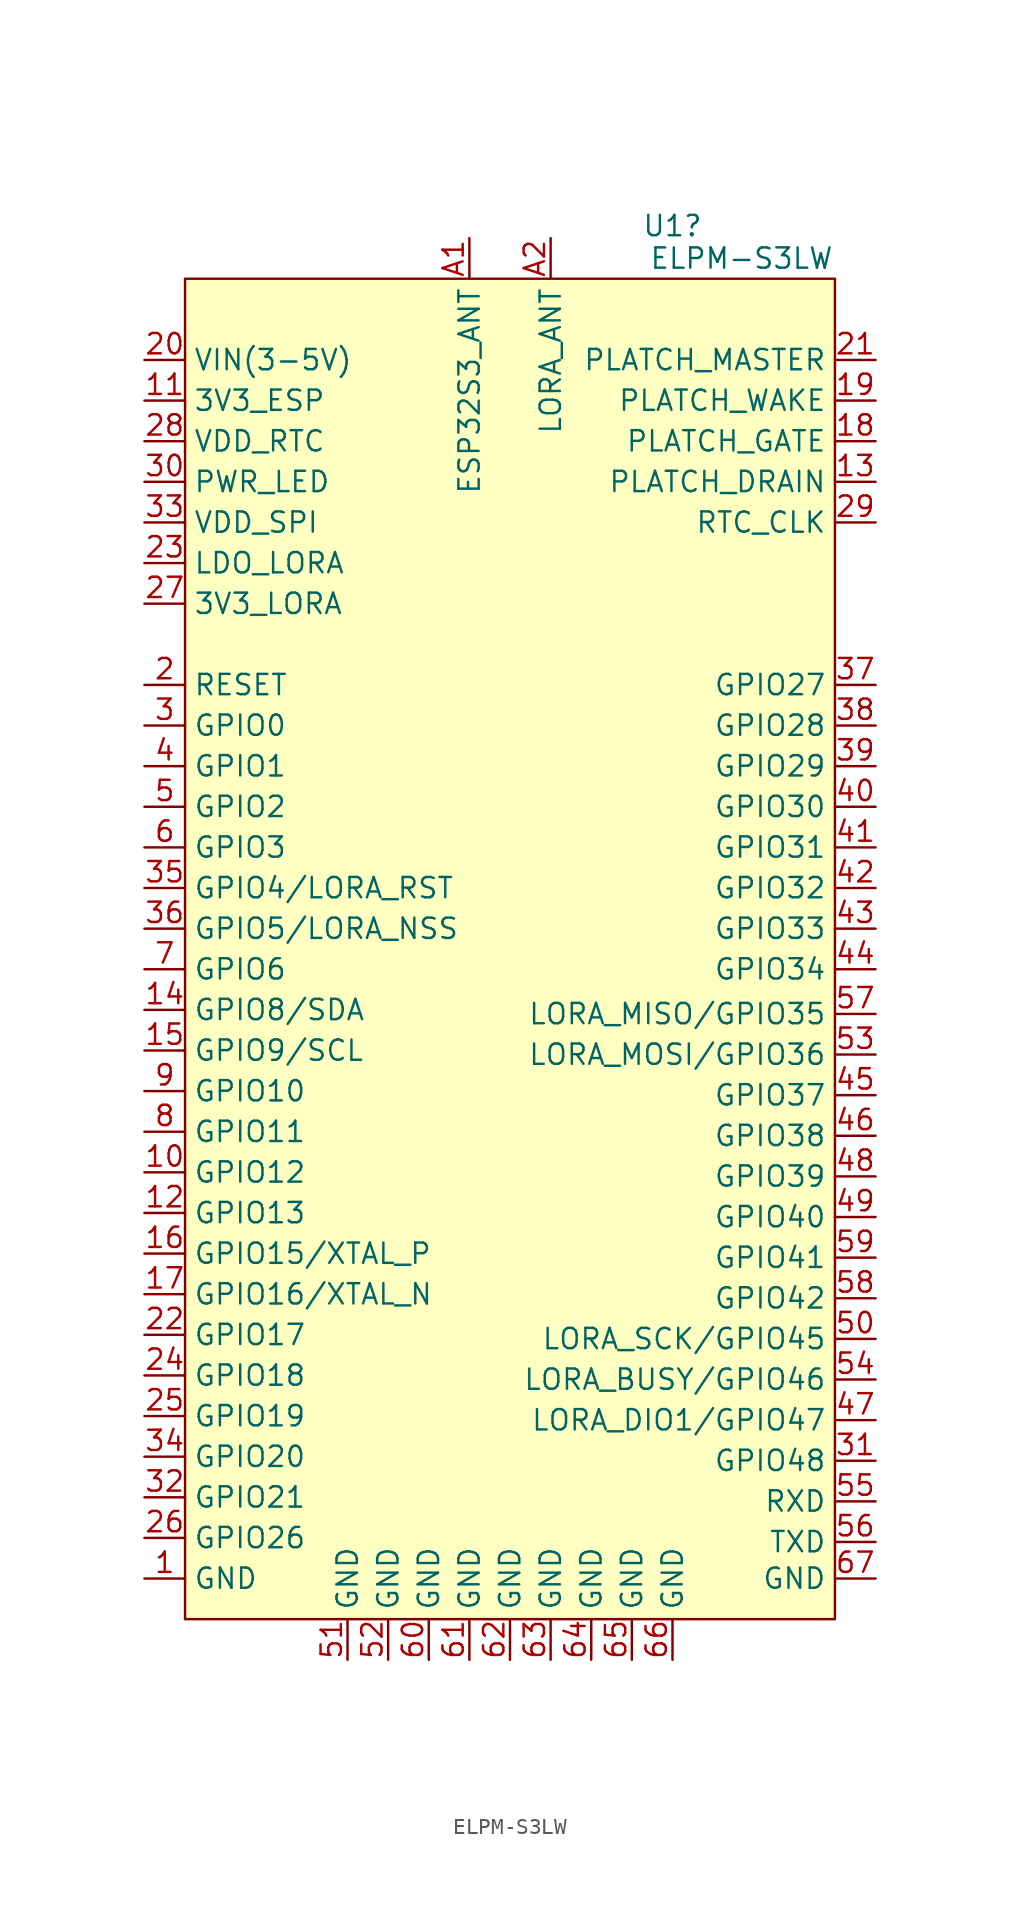
<source format=kicad_sym>
(kicad_symbol_lib
  (version 20231120)
  (generator "kicad_symbol_editor")
  (generator_version "8.0")
  (symbol "ELPM-S3LW"
    (property "Reference" "U1"
      (at 10.16 43.942 0)
      (effects (font (size 1.27 1.27))))
    (property "Value" "ELPM-S3LW"
      (at 14.478 41.91 0)
      (effects (font (size 1.27 1.27))))
    (symbol "ELPM-S3LW_1_1"
      (rectangle (start -20.32 40.64) (end 20.32 -43.18) (stroke (width 0) (type default)) (fill (type background)))
      (pin input line (at -22.86 -40.64 0) (length 2.54) (name "GND" (effects (font (size 1.27 1.27)))) (number "1" (effects (font (size 1.27 1.27)))))
      (pin input line (at -22.86 -15.24 0) (length 2.54) (name "GPIO12" (effects (font (size 1.27 1.27)))) (number "10" (effects (font (size 1.27 1.27)))))
      (pin input line (at -22.86 33.02 0) (length 2.54) (name "3V3_ESP" (effects (font (size 1.27 1.27)))) (number "11" (effects (font (size 1.27 1.27)))))
      (pin input line (at -22.86 -17.78 0) (length 2.54) (name "GPIO13" (effects (font (size 1.27 1.27)))) (number "12" (effects (font (size 1.27 1.27)))))
      (pin input line (at 22.86 27.94 180) (length 2.54) (name "PLATCH_DRAIN" (effects (font (size 1.27 1.27)))) (number "13" (effects (font (size 1.27 1.27)))))
      (pin input line (at -22.86 -5.08 0) (length 2.54) (name "GPIO8/SDA" (effects (font (size 1.27 1.27)))) (number "14" (effects (font (size 1.27 1.27)))))
      (pin input line (at -22.86 -7.62 0) (length 2.54) (name "GPIO9/SCL" (effects (font (size 1.27 1.27)))) (number "15" (effects (font (size 1.27 1.27)))))
      (pin input line (at -22.86 -20.32 0) (length 2.54) (name "GPIO15/XTAL_P" (effects (font (size 1.27 1.27)))) (number "16" (effects (font (size 1.27 1.27)))))
      (pin input line (at -22.86 -22.86 0) (length 2.54) (name "GPIO16/XTAL_N" (effects (font (size 1.27 1.27)))) (number "17" (effects (font (size 1.27 1.27)))))
      (pin input line (at 22.86 30.48 180) (length 2.54) (name "PLATCH_GATE" (effects (font (size 1.27 1.27)))) (number "18" (effects (font (size 1.27 1.27)))))
      (pin input line (at 22.86 33.02 180) (length 2.54) (name "PLATCH_WAKE" (effects (font (size 1.27 1.27)))) (number "19" (effects (font (size 1.27 1.27)))))
      (pin input line (at -22.86 15.24 0) (length 2.54) (name "RESET" (effects (font (size 1.27 1.27)))) (number "2" (effects (font (size 1.27 1.27)))))
      (pin input line (at -22.86 35.56 0) (length 2.54) (name "VIN(3-5V)" (effects (font (size 1.27 1.27)))) (number "20" (effects (font (size 1.27 1.27)))))
      (pin input line (at 22.86 35.56 180) (length 2.54) (name "PLATCH_MASTER" (effects (font (size 1.27 1.27)))) (number "21" (effects (font (size 1.27 1.27)))))
      (pin input line (at -22.86 -25.4 0) (length 2.54) (name "GPIO17" (effects (font (size 1.27 1.27)))) (number "22" (effects (font (size 1.27 1.27)))))
      (pin input line (at -22.86 22.86 0) (length 2.54) (name "LDO_LORA" (effects (font (size 1.27 1.27)))) (number "23" (effects (font (size 1.27 1.27)))))
      (pin input line (at -22.86 -27.94 0) (length 2.54) (name "GPIO18" (effects (font (size 1.27 1.27)))) (number "24" (effects (font (size 1.27 1.27)))))
      (pin input line (at -22.86 -30.48 0) (length 2.54) (name "GPIO19" (effects (font (size 1.27 1.27)))) (number "25" (effects (font (size 1.27 1.27)))))
      (pin input line (at -22.86 -38.1 0) (length 2.54) (name "GPIO26" (effects (font (size 1.27 1.27)))) (number "26" (effects (font (size 1.27 1.27)))))
      (pin input line (at -22.86 20.32 0) (length 2.54) (name "3V3_LORA" (effects (font (size 1.27 1.27)))) (number "27" (effects (font (size 1.27 1.27)))))
      (pin input line (at -22.86 30.48 0) (length 2.54) (name "VDD_RTC" (effects (font (size 1.27 1.27)))) (number "28" (effects (font (size 1.27 1.27)))))
      (pin input line (at 22.86 25.4 180) (length 2.54) (name "RTC_CLK" (effects (font (size 1.27 1.27)))) (number "29" (effects (font (size 1.27 1.27)))))
      (pin input line (at -22.86 12.7 0) (length 2.54) (name "GPIO0" (effects (font (size 1.27 1.27)))) (number "3" (effects (font (size 1.27 1.27)))))
      (pin input line (at -22.86 27.94 0) (length 2.54) (name "PWR_LED" (effects (font (size 1.27 1.27)))) (number "30" (effects (font (size 1.27 1.27)))))
      (pin input line (at 22.86 -33.274 180) (length 2.54) (name "GPIO48" (effects (font (size 1.27 1.27)))) (number "31" (effects (font (size 1.27 1.27)))))
      (pin input line (at -22.86 -35.56 0) (length 2.54) (name "GPIO21" (effects (font (size 1.27 1.27)))) (number "32" (effects (font (size 1.27 1.27)))))
      (pin input line (at -22.86 25.4 0) (length 2.54) (name "VDD_SPI" (effects (font (size 1.27 1.27)))) (number "33" (effects (font (size 1.27 1.27)))))
      (pin input line (at -22.86 -33.02 0) (length 2.54) (name "GPIO20" (effects (font (size 1.27 1.27)))) (number "34" (effects (font (size 1.27 1.27)))))
      (pin input line (at -22.86 2.54 0) (length 2.54) (name "GPIO4/LORA_RST" (effects (font (size 1.27 1.27)))) (number "35" (effects (font (size 1.27 1.27)))))
      (pin input line (at -22.86 0 0) (length 2.54) (name "GPIO5/LORA_NSS" (effects (font (size 1.27 1.27)))) (number "36" (effects (font (size 1.27 1.27)))))
      (pin input line (at 22.86 15.24 180) (length 2.54) (name "GPIO27" (effects (font (size 1.27 1.27)))) (number "37" (effects (font (size 1.27 1.27)))))
      (pin input line (at 22.86 12.7 180) (length 2.54) (name "GPIO28" (effects (font (size 1.27 1.27)))) (number "38" (effects (font (size 1.27 1.27)))))
      (pin input line (at 22.86 10.16 180) (length 2.54) (name "GPIO29" (effects (font (size 1.27 1.27)))) (number "39" (effects (font (size 1.27 1.27)))))
      (pin input line (at -22.86 10.16 0) (length 2.54) (name "GPIO1" (effects (font (size 1.27 1.27)))) (number "4" (effects (font (size 1.27 1.27)))))
      (pin input line (at 22.86 7.62 180) (length 2.54) (name "GPIO30" (effects (font (size 1.27 1.27)))) (number "40" (effects (font (size 1.27 1.27)))))
      (pin input line (at 22.86 5.08 180) (length 2.54) (name "GPIO31" (effects (font (size 1.27 1.27)))) (number "41" (effects (font (size 1.27 1.27)))))
      (pin input line (at 22.86 2.54 180) (length 2.54) (name "GPIO32" (effects (font (size 1.27 1.27)))) (number "42" (effects (font (size 1.27 1.27)))))
      (pin input line (at 22.86 0 180) (length 2.54) (name "GPIO33" (effects (font (size 1.27 1.27)))) (number "43" (effects (font (size 1.27 1.27)))))
      (pin input line (at 22.86 -2.54 180) (length 2.54) (name "GPIO34" (effects (font (size 1.27 1.27)))) (number "44" (effects (font (size 1.27 1.27)))))
      (pin input line (at 22.86 -10.414 180) (length 2.54) (name "GPIO37" (effects (font (size 1.27 1.27)))) (number "45" (effects (font (size 1.27 1.27)))))
      (pin input line (at 22.86 -12.954 180) (length 2.54) (name "GPIO38" (effects (font (size 1.27 1.27)))) (number "46" (effects (font (size 1.27 1.27)))))
      (pin input line (at 22.86 -30.734 180) (length 2.54) (name "LORA_DIO1/GPIO47" (effects (font (size 1.27 1.27)))) (number "47" (effects (font (size 1.27 1.27)))))
      (pin input line (at 22.86 -15.494 180) (length 2.54) (name "GPIO39" (effects (font (size 1.27 1.27)))) (number "48" (effects (font (size 1.27 1.27)))))
      (pin input line (at 22.86 -18.034 180) (length 2.54) (name "GPIO40" (effects (font (size 1.27 1.27)))) (number "49" (effects (font (size 1.27 1.27)))))
      (pin input line (at -22.86 7.62 0) (length 2.54) (name "GPIO2" (effects (font (size 1.27 1.27)))) (number "5" (effects (font (size 1.27 1.27)))))
      (pin input line (at 22.86 -25.654 180) (length 2.54) (name "LORA_SCK/GPIO45" (effects (font (size 1.27 1.27)))) (number "50" (effects (font (size 1.27 1.27)))))
      (pin input line (at -10.16 -45.72 90) (length 2.54) (name "GND" (effects (font (size 1.27 1.27)))) (number "51" (effects (font (size 1.27 1.27)))))
      (pin input line (at -7.62 -45.72 90) (length 2.54) (name "GND" (effects (font (size 1.27 1.27)))) (number "52" (effects (font (size 1.27 1.27)))))
      (pin input line (at 22.86 -7.874 180) (length 2.54) (name "LORA_MOSI/GPIO36" (effects (font (size 1.27 1.27)))) (number "53" (effects (font (size 1.27 1.27)))))
      (pin input line (at 22.86 -28.194 180) (length 2.54) (name "LORA_BUSY/GPIO46" (effects (font (size 1.27 1.27)))) (number "54" (effects (font (size 1.27 1.27)))))
      (pin input line (at 22.86 -35.814 180) (length 2.54) (name "RXD" (effects (font (size 1.27 1.27)))) (number "55" (effects (font (size 1.27 1.27)))))
      (pin input line (at 22.86 -38.354 180) (length 2.54) (name "TXD" (effects (font (size 1.27 1.27)))) (number "56" (effects (font (size 1.27 1.27)))))
      (pin input line (at 22.86 -5.334 180) (length 2.54) (name "LORA_MISO/GPIO35" (effects (font (size 1.27 1.27)))) (number "57" (effects (font (size 1.27 1.27)))))
      (pin input line (at 22.86 -23.114 180) (length 2.54) (name "GPIO42" (effects (font (size 1.27 1.27)))) (number "58" (effects (font (size 1.27 1.27)))))
      (pin input line (at 22.86 -20.574 180) (length 2.54) (name "GPIO41" (effects (font (size 1.27 1.27)))) (number "59" (effects (font (size 1.27 1.27)))))
      (pin input line (at -22.86 5.08 0) (length 2.54) (name "GPIO3" (effects (font (size 1.27 1.27)))) (number "6" (effects (font (size 1.27 1.27)))))
      (pin input line (at -5.08 -45.72 90) (length 2.54) (name "GND" (effects (font (size 1.27 1.27)))) (number "60" (effects (font (size 1.27 1.27)))))
      (pin input line (at -2.54 -45.72 90) (length 2.54) (name "GND" (effects (font (size 1.27 1.27)))) (number "61" (effects (font (size 1.27 1.27)))))
      (pin input line (at 0 -45.72 90) (length 2.54) (name "GND" (effects (font (size 1.27 1.27)))) (number "62" (effects (font (size 1.27 1.27)))))
      (pin input line (at 2.54 -45.72 90) (length 2.54) (name "GND" (effects (font (size 1.27 1.27)))) (number "63" (effects (font (size 1.27 1.27)))))
      (pin input line (at 5.08 -45.72 90) (length 2.54) (name "GND" (effects (font (size 1.27 1.27)))) (number "64" (effects (font (size 1.27 1.27)))))
      (pin input line (at 7.62 -45.72 90) (length 2.54) (name "GND" (effects (font (size 1.27 1.27)))) (number "65" (effects (font (size 1.27 1.27)))))
      (pin input line (at 10.16 -45.72 90) (length 2.54) (name "GND" (effects (font (size 1.27 1.27)))) (number "66" (effects (font (size 1.27 1.27)))))
      (pin input line (at 22.86 -40.64 180) (length 2.54) (name "GND" (effects (font (size 1.27 1.27)))) (number "67" (effects (font (size 1.27 1.27)))))
      (pin input line (at -22.86 -2.54 0) (length 2.54) (name "GPIO6" (effects (font (size 1.27 1.27)))) (number "7" (effects (font (size 1.27 1.27)))))
      (pin input line (at -22.86 -12.7 0) (length 2.54) (name "GPIO11" (effects (font (size 1.27 1.27)))) (number "8" (effects (font (size 1.27 1.27)))))
      (pin input line (at -22.86 -10.16 0) (length 2.54) (name "GPIO10" (effects (font (size 1.27 1.27)))) (number "9" (effects (font (size 1.27 1.27)))))
      (pin input line (at -2.54 43.18 270) (length 2.54) (name "ESP32S3_ANT" (effects (font (size 1.27 1.27)))) (number "A1" (effects (font (size 1.27 1.27)))))
      (pin input line (at 2.54 43.18 270) (length 2.54) (name "LORA_ANT" (effects (font (size 1.27 1.27)))) (number "A2" (effects (font (size 1.27 1.27))))))))
</source>
